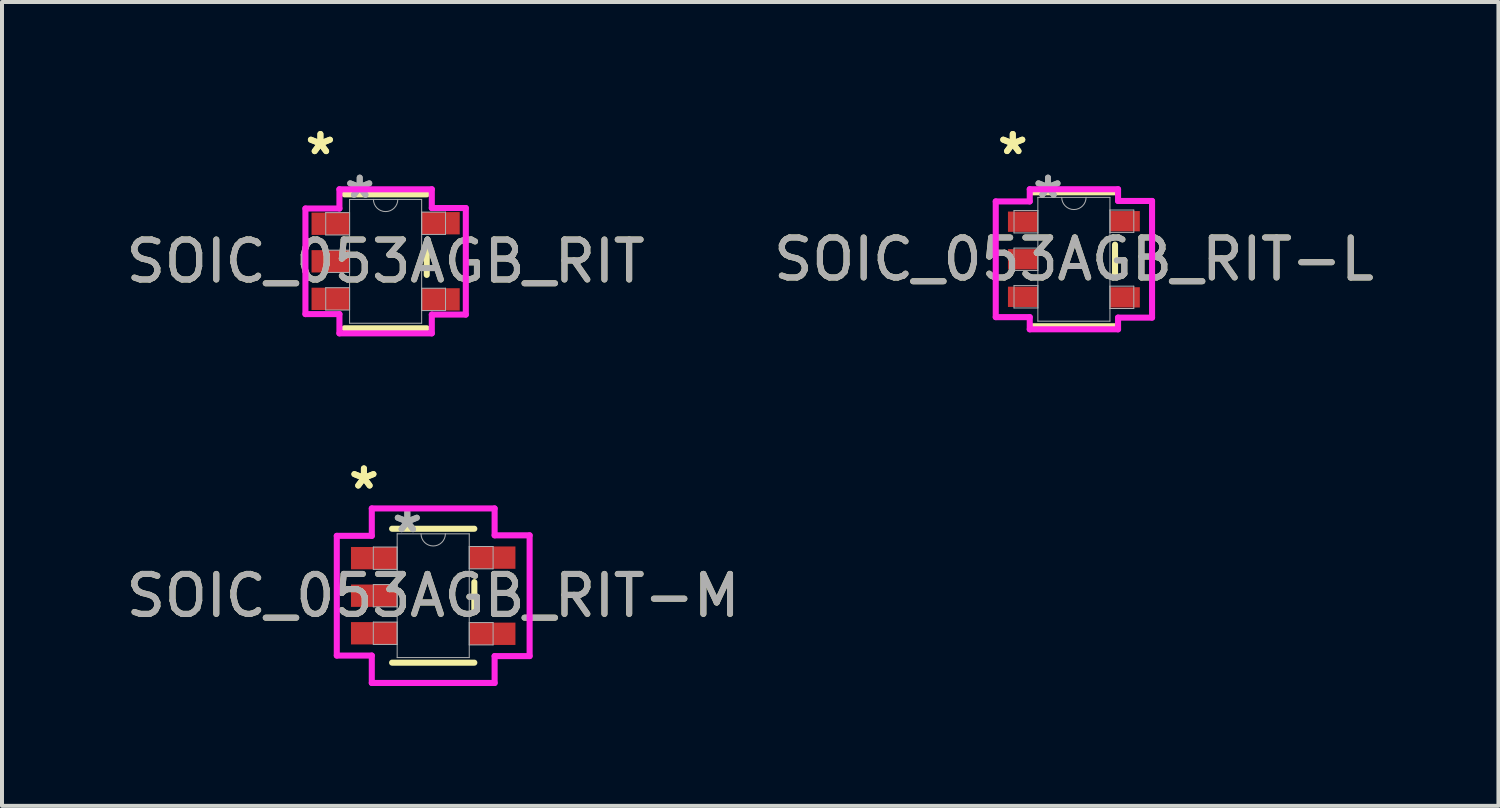
<source format=kicad_pcb>
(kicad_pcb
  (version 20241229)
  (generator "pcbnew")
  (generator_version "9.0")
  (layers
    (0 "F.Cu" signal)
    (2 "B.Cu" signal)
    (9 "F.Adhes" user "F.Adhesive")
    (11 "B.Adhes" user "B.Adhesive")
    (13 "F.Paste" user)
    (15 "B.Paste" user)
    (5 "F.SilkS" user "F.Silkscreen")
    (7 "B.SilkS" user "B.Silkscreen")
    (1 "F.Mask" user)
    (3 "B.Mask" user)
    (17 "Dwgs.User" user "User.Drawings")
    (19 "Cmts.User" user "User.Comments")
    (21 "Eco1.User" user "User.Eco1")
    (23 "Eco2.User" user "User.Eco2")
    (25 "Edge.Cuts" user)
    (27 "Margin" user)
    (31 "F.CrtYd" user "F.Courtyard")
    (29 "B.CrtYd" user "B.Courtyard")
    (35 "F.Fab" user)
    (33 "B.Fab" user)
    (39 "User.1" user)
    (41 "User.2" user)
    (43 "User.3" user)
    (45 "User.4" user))
  (footprint "SOIC_053AGB_RIT-M"
    (layer "F.Cu")
    (at 7.792 11.859)
    (property "Reference" "SOIC_053AGB_RIT-M" (at 0 0 0) (unlocked yes) (layer "F.SilkS") (effects (font (size 1 1) (thickness 0.15))))
    (attr smd)
    (fp_line (start -1.029 1.676) (end 1.029 1.676) (stroke (width 0.152) (type solid)) (layer "F.SilkS"))
    (fp_line (start 1.029 -1.676) (end -1.029 -1.676) (stroke (width 0.152) (type solid)) (layer "F.SilkS"))
    (fp_line (start 1.029 0.34) (end 1.029 -0.34) (stroke (width 0.152) (type solid)) (layer "F.SilkS"))
    (fp_line (start -2.413 -1.498) (end -1.537 -1.498) (stroke (width 0.152) (type solid)) (layer "F.CrtYd"))
    (fp_line (start -2.413 1.498) (end -2.413 -1.498) (stroke (width 0.152) (type solid)) (layer "F.CrtYd"))
    (fp_line (start -1.537 -2.184) (end 1.537 -2.184) (stroke (width 0.152) (type solid)) (layer "F.CrtYd"))
    (fp_line (start -1.537 -1.498) (end -1.537 -2.184) (stroke (width 0.152) (type solid)) (layer "F.CrtYd"))
    (fp_line (start -1.537 1.498) (end -2.413 1.498) (stroke (width 0.152) (type solid)) (layer "F.CrtYd"))
    (fp_line (start -1.537 2.184) (end -1.537 1.498) (stroke (width 0.152) (type solid)) (layer "F.CrtYd"))
    (fp_line (start 1.537 -2.184) (end 1.537 -1.511) (stroke (width 0.152) (type solid)) (layer "F.CrtYd"))
    (fp_line (start 1.537 -1.511) (end 2.413 -1.511) (stroke (width 0.152) (type solid)) (layer "F.CrtYd"))
    (fp_line (start 1.537 1.511) (end 1.537 2.184) (stroke (width 0.152) (type solid)) (layer "F.CrtYd"))
    (fp_line (start 1.537 2.184) (end -1.537 2.184) (stroke (width 0.152) (type solid)) (layer "F.CrtYd"))
    (fp_line (start 2.413 -1.511) (end 2.413 1.511) (stroke (width 0.152) (type solid)) (layer "F.CrtYd"))
    (fp_line (start 2.413 1.511) (end 1.537 1.511) (stroke (width 0.152) (type solid)) (layer "F.CrtYd"))
    (fp_line (start -1.499 -1.219) (end -1.499 -0.66) (stroke (width 0.025) (type solid)) (layer "F.Fab"))
    (fp_line (start -1.499 -0.66) (end -0.902 -0.66) (stroke (width 0.025) (type solid)) (layer "F.Fab"))
    (fp_line (start -1.499 -0.279) (end -1.499 0.279) (stroke (width 0.025) (type solid)) (layer "F.Fab"))
    (fp_line (start -1.499 0.279) (end -0.902 0.279) (stroke (width 0.025) (type solid)) (layer "F.Fab"))
    (fp_line (start -1.499 0.66) (end -1.499 1.219) (stroke (width 0.025) (type solid)) (layer "F.Fab"))
    (fp_line (start -1.499 1.219) (end -0.902 1.219) (stroke (width 0.025) (type solid)) (layer "F.Fab"))
    (fp_line (start -0.902 -1.549) (end -0.902 1.549) (stroke (width 0.025) (type solid)) (layer "F.Fab"))
    (fp_line (start -0.902 -1.219) (end -1.499 -1.219) (stroke (width 0.025) (type solid)) (layer "F.Fab"))
    (fp_line (start -0.902 -0.66) (end -0.902 -1.219) (stroke (width 0.025) (type solid)) (layer "F.Fab"))
    (fp_line (start -0.902 -0.279) (end -1.499 -0.279) (stroke (width 0.025) (type solid)) (layer "F.Fab"))
    (fp_line (start -0.902 0.279) (end -0.902 -0.279) (stroke (width 0.025) (type solid)) (layer "F.Fab"))
    (fp_line (start -0.902 0.66) (end -1.499 0.66) (stroke (width 0.025) (type solid)) (layer "F.Fab"))
    (fp_line (start -0.902 1.219) (end -0.902 0.66) (stroke (width 0.025) (type solid)) (layer "F.Fab"))
    (fp_line (start -0.902 1.549) (end 0.902 1.549) (stroke (width 0.025) (type solid)) (layer "F.Fab"))
    (fp_line (start 0.902 -1.549) (end -0.902 -1.549) (stroke (width 0.025) (type solid)) (layer "F.Fab"))
    (fp_line (start 0.902 -1.232) (end 0.902 -0.673) (stroke (width 0.025) (type solid)) (layer "F.Fab"))
    (fp_line (start 0.902 -0.673) (end 1.499 -0.673) (stroke (width 0.025) (type solid)) (layer "F.Fab"))
    (fp_line (start 0.902 0.673) (end 0.902 1.232) (stroke (width 0.025) (type solid)) (layer "F.Fab"))
    (fp_line (start 0.902 1.232) (end 1.499 1.232) (stroke (width 0.025) (type solid)) (layer "F.Fab"))
    (fp_line (start 0.902 1.549) (end 0.902 -1.549) (stroke (width 0.025) (type solid)) (layer "F.Fab"))
    (fp_line (start 1.499 -1.232) (end 0.902 -1.232) (stroke (width 0.025) (type solid)) (layer "F.Fab"))
    (fp_line (start 1.499 -0.673) (end 1.499 -1.232) (stroke (width 0.025) (type solid)) (layer "F.Fab"))
    (fp_line (start 1.499 0.673) (end 0.902 0.673) (stroke (width 0.025) (type solid)) (layer "F.Fab"))
    (fp_line (start 1.499 1.232) (end 1.499 0.673) (stroke (width 0.025) (type solid)) (layer "F.Fab"))
    (fp_arc (start 0.3048 -1.5494) (mid 0 -1.2446) (end -0.3048 -1.5494) (stroke (width 0.0254) (type solid)) (layer "F.Fab"))
    (fp_text user "*" (at -1.734 -2.641 0) (unlocked yes) (layer "F.SilkS") (effects (font (size 1 1) (thickness 0.15))))
    (fp_text user "*" (at -1.734 -2.641 0) (layer "F.SilkS") (effects (font (size 1 1) (thickness 0.15))))
    (fp_text user "*" (at -0.648 -1.549 0) (layer "F.Fab") (effects (font (size 1 1) (thickness 0.15))))
    (fp_text user "*" (at -0.648 -1.549 0) (unlocked yes) (layer "F.Fab") (effects (font (size 1 1) (thickness 0.15))))
    (fp_text user "${REFERENCE}" (at 0 0 0) (unlocked yes) (layer "F.Fab") (effects (font (size 1 1) (thickness 0.15))))
    (pad "1" smd rect (at -1.48 -0.94) (size 1.156 0.559) (layers "F.Cu" "F.Mask" "F.Paste"))
    (pad "2" smd rect (at -1.48 0) (size 1.156 0.559) (layers "F.Cu" "F.Mask" "F.Paste"))
    (pad "3" smd rect (at -1.48 0.94) (size 1.156 0.559) (layers "F.Cu" "F.Mask" "F.Paste"))
    (pad "4" smd rect (at 1.48 0.953) (size 1.156 0.559) (layers "F.Cu" "F.Mask" "F.Paste"))
    (pad "5" smd rect (at 1.48 -0.953) (size 1.156 0.559) (layers "F.Cu" "F.Mask" "F.Paste")))
  (footprint "SOIC_053AGB_RIT"
    (layer "F.Cu")
    (at 6.601 3.49)
    (property "Reference" "SOIC_053AGB_RIT" (at 0 0 0) (unlocked yes) (layer "F.SilkS") (effects (font (size 1 1) (thickness 0.15))))
    (attr smd)
    (fp_line (start -1.029 1.676) (end 1.029 1.676) (stroke (width 0.152) (type solid)) (layer "F.SilkS"))
    (fp_line (start 1.029 -1.676) (end -1.029 -1.676) (stroke (width 0.152) (type solid)) (layer "F.SilkS"))
    (fp_line (start 1.029 0.34) (end 1.029 -0.34) (stroke (width 0.152) (type solid)) (layer "F.SilkS"))
    (fp_line (start -2.007 -1.321) (end -1.156 -1.321) (stroke (width 0.152) (type solid)) (layer "F.CrtYd"))
    (fp_line (start -2.007 1.321) (end -2.007 -1.321) (stroke (width 0.152) (type solid)) (layer "F.CrtYd"))
    (fp_line (start -1.156 -1.803) (end 1.156 -1.803) (stroke (width 0.152) (type solid)) (layer "F.CrtYd"))
    (fp_line (start -1.156 -1.321) (end -1.156 -1.803) (stroke (width 0.152) (type solid)) (layer "F.CrtYd"))
    (fp_line (start -1.156 1.321) (end -2.007 1.321) (stroke (width 0.152) (type solid)) (layer "F.CrtYd"))
    (fp_line (start -1.156 1.803) (end -1.156 1.321) (stroke (width 0.152) (type solid)) (layer "F.CrtYd"))
    (fp_line (start 1.156 -1.803) (end 1.156 -1.333) (stroke (width 0.152) (type solid)) (layer "F.CrtYd"))
    (fp_line (start 1.156 -1.333) (end 2.007 -1.333) (stroke (width 0.152) (type solid)) (layer "F.CrtYd"))
    (fp_line (start 1.156 1.333) (end 1.156 1.803) (stroke (width 0.152) (type solid)) (layer "F.CrtYd"))
    (fp_line (start 1.156 1.803) (end -1.156 1.803) (stroke (width 0.152) (type solid)) (layer "F.CrtYd"))
    (fp_line (start 2.007 -1.333) (end 2.007 1.333) (stroke (width 0.152) (type solid)) (layer "F.CrtYd"))
    (fp_line (start 2.007 1.333) (end 1.156 1.333) (stroke (width 0.152) (type solid)) (layer "F.CrtYd"))
    (fp_line (start -1.499 -1.219) (end -1.499 -0.66) (stroke (width 0.025) (type solid)) (layer "F.Fab"))
    (fp_line (start -1.499 -0.66) (end -0.902 -0.66) (stroke (width 0.025) (type solid)) (layer "F.Fab"))
    (fp_line (start -1.499 -0.279) (end -1.499 0.279) (stroke (width 0.025) (type solid)) (layer "F.Fab"))
    (fp_line (start -1.499 0.279) (end -0.902 0.279) (stroke (width 0.025) (type solid)) (layer "F.Fab"))
    (fp_line (start -1.499 0.66) (end -1.499 1.219) (stroke (width 0.025) (type solid)) (layer "F.Fab"))
    (fp_line (start -1.499 1.219) (end -0.902 1.219) (stroke (width 0.025) (type solid)) (layer "F.Fab"))
    (fp_line (start -0.902 -1.549) (end -0.902 1.549) (stroke (width 0.025) (type solid)) (layer "F.Fab"))
    (fp_line (start -0.902 -1.219) (end -1.499 -1.219) (stroke (width 0.025) (type solid)) (layer "F.Fab"))
    (fp_line (start -0.902 -0.66) (end -0.902 -1.219) (stroke (width 0.025) (type solid)) (layer "F.Fab"))
    (fp_line (start -0.902 -0.279) (end -1.499 -0.279) (stroke (width 0.025) (type solid)) (layer "F.Fab"))
    (fp_line (start -0.902 0.279) (end -0.902 -0.279) (stroke (width 0.025) (type solid)) (layer "F.Fab"))
    (fp_line (start -0.902 0.66) (end -1.499 0.66) (stroke (width 0.025) (type solid)) (layer "F.Fab"))
    (fp_line (start -0.902 1.219) (end -0.902 0.66) (stroke (width 0.025) (type solid)) (layer "F.Fab"))
    (fp_line (start -0.902 1.549) (end 0.902 1.549) (stroke (width 0.025) (type solid)) (layer "F.Fab"))
    (fp_line (start 0.902 -1.549) (end -0.902 -1.549) (stroke (width 0.025) (type solid)) (layer "F.Fab"))
    (fp_line (start 0.902 -1.232) (end 0.902 -0.673) (stroke (width 0.025) (type solid)) (layer "F.Fab"))
    (fp_line (start 0.902 -0.673) (end 1.499 -0.673) (stroke (width 0.025) (type solid)) (layer "F.Fab"))
    (fp_line (start 0.902 0.673) (end 0.902 1.232) (stroke (width 0.025) (type solid)) (layer "F.Fab"))
    (fp_line (start 0.902 1.232) (end 1.499 1.232) (stroke (width 0.025) (type solid)) (layer "F.Fab"))
    (fp_line (start 0.902 1.549) (end 0.902 -1.549) (stroke (width 0.025) (type solid)) (layer "F.Fab"))
    (fp_line (start 1.499 -1.232) (end 0.902 -1.232) (stroke (width 0.025) (type solid)) (layer "F.Fab"))
    (fp_line (start 1.499 -0.673) (end 1.499 -1.232) (stroke (width 0.025) (type solid)) (layer "F.Fab"))
    (fp_line (start 1.499 0.673) (end 0.902 0.673) (stroke (width 0.025) (type solid)) (layer "F.Fab"))
    (fp_line (start 1.499 1.232) (end 1.499 0.673) (stroke (width 0.025) (type solid)) (layer "F.Fab"))
    (fp_arc (start 0.3048 -1.5494) (mid 0 -1.2446) (end -0.3048 -1.5494) (stroke (width 0.0254) (type solid)) (layer "F.Fab"))
    (fp_text user "*" (at -1.632 -2.641 0) (layer "F.SilkS") (effects (font (size 1 1) (thickness 0.15))))
    (fp_text user "*" (at -1.632 -2.641 0) (unlocked yes) (layer "F.SilkS") (effects (font (size 1 1) (thickness 0.15))))
    (fp_text user "*" (at -0.648 -1.549 0) (unlocked yes) (layer "F.Fab") (effects (font (size 1 1) (thickness 0.15))))
    (fp_text user "*" (at -0.648 -1.549 0) (layer "F.Fab") (effects (font (size 1 1) (thickness 0.15))))
    (fp_text user "${REFERENCE}" (at 0 0 0) (unlocked yes) (layer "F.Fab") (effects (font (size 1 1) (thickness 0.15))))
    (pad "1" smd rect (at -1.378 -0.94) (size 0.953 0.559) (layers "F.Cu" "F.Mask" "F.Paste"))
    (pad "2" smd rect (at -1.378 0) (size 0.953 0.559) (layers "F.Cu" "F.Mask" "F.Paste"))
    (pad "3" smd rect (at -1.378 0.94) (size 0.953 0.559) (layers "F.Cu" "F.Mask" "F.Paste"))
    (pad "4" smd rect (at 1.378 0.953) (size 0.953 0.559) (layers "F.Cu" "F.Mask" "F.Paste"))
    (pad "5" smd rect (at 1.378 -0.953) (size 0.953 0.559) (layers "F.Cu" "F.Mask" "F.Paste")))
  (footprint "SOIC_053AGB_RIT-L"
    (layer "F.Cu")
    (at 23.827 3.439)
    (property "Reference" "SOIC_053AGB_RIT-L" (at 0 0 0) (unlocked yes) (layer "F.SilkS") (effects (font (size 1 1) (thickness 0.15))))
    (attr smd)
    (fp_line (start -1.029 1.676) (end 1.029 1.676) (stroke (width 0.152) (type solid)) (layer "F.SilkS"))
    (fp_line (start 1.029 -1.676) (end -1.029 -1.676) (stroke (width 0.152) (type solid)) (layer "F.SilkS"))
    (fp_line (start 1.029 0.366) (end 1.029 -0.366) (stroke (width 0.152) (type solid)) (layer "F.SilkS"))
    (fp_line (start -1.956 -1.448) (end -1.105 -1.448) (stroke (width 0.152) (type solid)) (layer "F.CrtYd"))
    (fp_line (start -1.956 1.448) (end -1.956 -1.448) (stroke (width 0.152) (type solid)) (layer "F.CrtYd"))
    (fp_line (start -1.105 -1.753) (end 1.105 -1.753) (stroke (width 0.152) (type solid)) (layer "F.CrtYd"))
    (fp_line (start -1.105 -1.448) (end -1.105 -1.753) (stroke (width 0.152) (type solid)) (layer "F.CrtYd"))
    (fp_line (start -1.105 1.448) (end -1.956 1.448) (stroke (width 0.152) (type solid)) (layer "F.CrtYd"))
    (fp_line (start -1.105 1.753) (end -1.105 1.448) (stroke (width 0.152) (type solid)) (layer "F.CrtYd"))
    (fp_line (start 1.105 -1.753) (end 1.105 -1.46) (stroke (width 0.152) (type solid)) (layer "F.CrtYd"))
    (fp_line (start 1.105 -1.46) (end 1.956 -1.46) (stroke (width 0.152) (type solid)) (layer "F.CrtYd"))
    (fp_line (start 1.105 1.46) (end 1.105 1.753) (stroke (width 0.152) (type solid)) (layer "F.CrtYd"))
    (fp_line (start 1.105 1.753) (end -1.105 1.753) (stroke (width 0.152) (type solid)) (layer "F.CrtYd"))
    (fp_line (start 1.956 -1.46) (end 1.956 1.46) (stroke (width 0.152) (type solid)) (layer "F.CrtYd"))
    (fp_line (start 1.956 1.46) (end 1.105 1.46) (stroke (width 0.152) (type solid)) (layer "F.CrtYd"))
    (fp_line (start -1.499 -1.219) (end -1.499 -0.66) (stroke (width 0.025) (type solid)) (layer "F.Fab"))
    (fp_line (start -1.499 -0.66) (end -0.902 -0.66) (stroke (width 0.025) (type solid)) (layer "F.Fab"))
    (fp_line (start -1.499 -0.279) (end -1.499 0.279) (stroke (width 0.025) (type solid)) (layer "F.Fab"))
    (fp_line (start -1.499 0.279) (end -0.902 0.279) (stroke (width 0.025) (type solid)) (layer "F.Fab"))
    (fp_line (start -1.499 0.66) (end -1.499 1.219) (stroke (width 0.025) (type solid)) (layer "F.Fab"))
    (fp_line (start -1.499 1.219) (end -0.902 1.219) (stroke (width 0.025) (type solid)) (layer "F.Fab"))
    (fp_line (start -0.902 -1.549) (end -0.902 1.549) (stroke (width 0.025) (type solid)) (layer "F.Fab"))
    (fp_line (start -0.902 -1.219) (end -1.499 -1.219) (stroke (width 0.025) (type solid)) (layer "F.Fab"))
    (fp_line (start -0.902 -0.66) (end -0.902 -1.219) (stroke (width 0.025) (type solid)) (layer "F.Fab"))
    (fp_line (start -0.902 -0.279) (end -1.499 -0.279) (stroke (width 0.025) (type solid)) (layer "F.Fab"))
    (fp_line (start -0.902 0.279) (end -0.902 -0.279) (stroke (width 0.025) (type solid)) (layer "F.Fab"))
    (fp_line (start -0.902 0.66) (end -1.499 0.66) (stroke (width 0.025) (type solid)) (layer "F.Fab"))
    (fp_line (start -0.902 1.219) (end -0.902 0.66) (stroke (width 0.025) (type solid)) (layer "F.Fab"))
    (fp_line (start -0.902 1.549) (end 0.902 1.549) (stroke (width 0.025) (type solid)) (layer "F.Fab"))
    (fp_line (start 0.902 -1.549) (end -0.902 -1.549) (stroke (width 0.025) (type solid)) (layer "F.Fab"))
    (fp_line (start 0.902 -1.232) (end 0.902 -0.673) (stroke (width 0.025) (type solid)) (layer "F.Fab"))
    (fp_line (start 0.902 -0.673) (end 1.499 -0.673) (stroke (width 0.025) (type solid)) (layer "F.Fab"))
    (fp_line (start 0.902 0.673) (end 0.902 1.232) (stroke (width 0.025) (type solid)) (layer "F.Fab"))
    (fp_line (start 0.902 1.232) (end 1.499 1.232) (stroke (width 0.025) (type solid)) (layer "F.Fab"))
    (fp_line (start 0.902 1.549) (end 0.902 -1.549) (stroke (width 0.025) (type solid)) (layer "F.Fab"))
    (fp_line (start 1.499 -1.232) (end 0.902 -1.232) (stroke (width 0.025) (type solid)) (layer "F.Fab"))
    (fp_line (start 1.499 -0.673) (end 1.499 -1.232) (stroke (width 0.025) (type solid)) (layer "F.Fab"))
    (fp_line (start 1.499 0.673) (end 0.902 0.673) (stroke (width 0.025) (type solid)) (layer "F.Fab"))
    (fp_line (start 1.499 1.232) (end 1.499 0.673) (stroke (width 0.025) (type solid)) (layer "F.Fab"))
    (fp_arc (start 0.3048 -1.5494) (mid 0 -1.2446) (end -0.3048 -1.5494) (stroke (width 0.0254) (type solid)) (layer "F.Fab"))
    (fp_text user "*" (at -1.53 -2.591 0) (unlocked yes) (layer "F.SilkS") (effects (font (size 1 1) (thickness 0.15))))
    (fp_text user "*" (at -1.53 -2.591 0) (layer "F.SilkS") (effects (font (size 1 1) (thickness 0.15))))
    (fp_text user "${REFERENCE}" (at 0 0 0) (unlocked yes) (layer "F.Fab") (effects (font (size 1 1) (thickness 0.15))))
    (fp_text user "*" (at -0.648 -1.498 0) (unlocked yes) (layer "F.Fab") (effects (font (size 1 1) (thickness 0.15))))
    (fp_text user "*" (at -0.648 -1.498 0) (layer "F.Fab") (effects (font (size 1 1) (thickness 0.15))))
    (pad "1" smd rect (at -1.276 -0.94) (size 0.749 0.508) (layers "F.Cu" "F.Mask" "F.Paste"))
    (pad "2" smd rect (at -1.276 0) (size 0.749 0.508) (layers "F.Cu" "F.Mask" "F.Paste"))
    (pad "3" smd rect (at -1.276 0.94) (size 0.749 0.508) (layers "F.Cu" "F.Mask" "F.Paste"))
    (pad "4" smd rect (at 1.276 0.953) (size 0.749 0.508) (layers "F.Cu" "F.Mask" "F.Paste"))
    (pad "5" smd rect (at 1.276 -0.953) (size 0.749 0.508) (layers "F.Cu" "F.Mask" "F.Paste")))
  (gr_rect
    (start -3 -3)
    (end 34.452 17.119)
    (stroke (width 0.1) (type default))
    (fill no)
    (layer "Edge.Cuts")))
</source>
